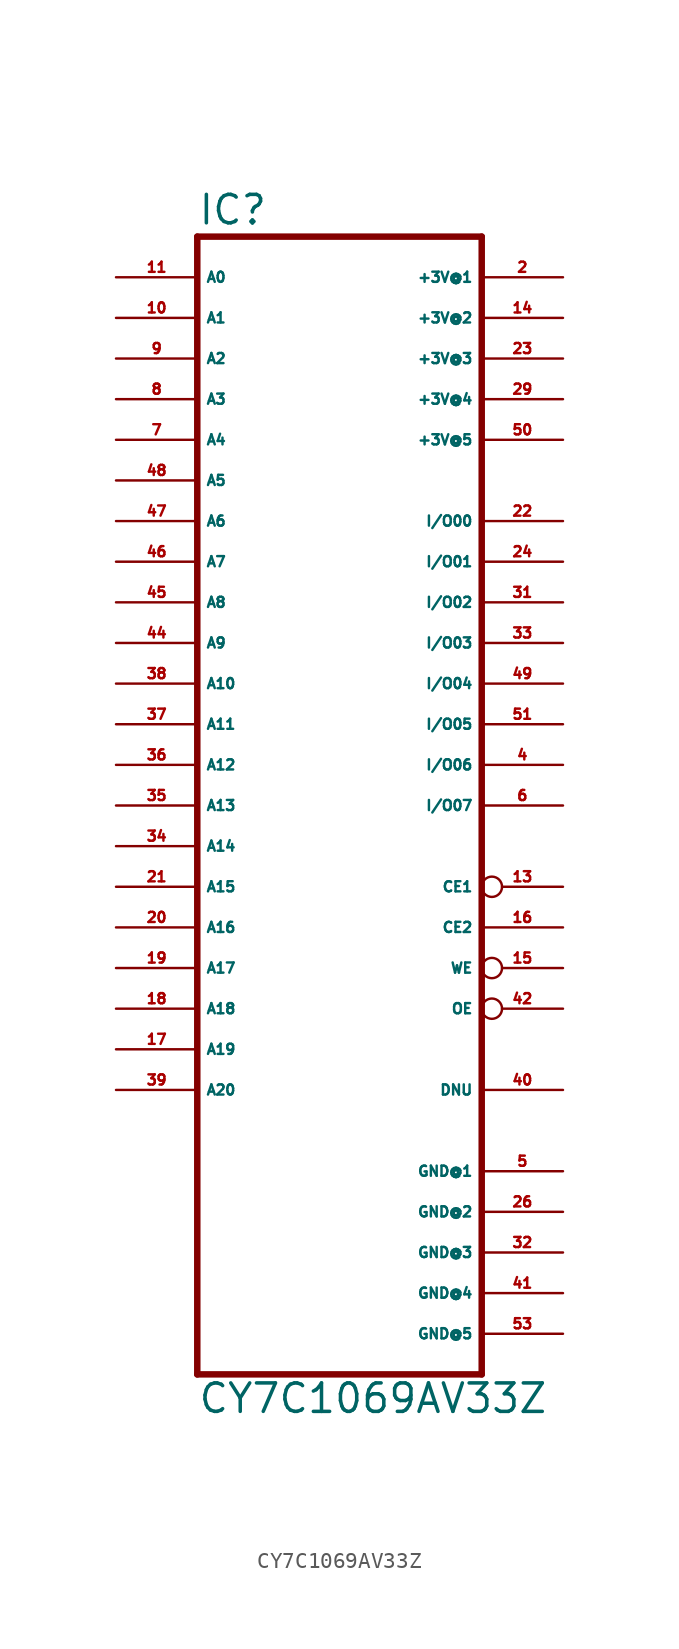
<source format=kicad_sym>
(kicad_symbol_lib
  (version 20220914)
  (generator Eagle2Kicad)
  (symbol "CY7C1069AV33Z"
    (property "Reference" "IC"
      (at -7.62 33.655 0)
      (effects (font (size 1.778 1.778) (thickness 0.22)) (justify left bottom)))
    (property "Value" "CY7C1069AV33Z"
      (at -7.62 -40.64 0)
      (effects (font (size 1.778 1.778) (thickness 0.22)) (justify left bottom)))
    (polyline
      (pts (xy -7.62 33.02) (xy -7.62 -38.1))
      (stroke (width 0.406) (type default))
      (fill (type none)))
    (polyline
      (pts (xy 10.16 -38.1) (xy -7.62 -38.1))
      (stroke (width 0.406) (type default))
      (fill (type none)))
    (polyline
      (pts (xy 10.16 -38.1) (xy 10.16 33.02))
      (stroke (width 0.406) (type default))
      (fill (type none)))
    (polyline
      (pts (xy -7.62 33.02) (xy 10.16 33.02))
      (stroke (width 0.406) (type default))
      (fill (type none)))
    (pin input line
      (at -12.7 30.48 0)
      (length 5.08)
      (name "A0" (effects (font (size 0.635 0.635) (thickness 0.08)) (justify left bottom)))
      (number "11" (effects (font (size 0.635 0.635) (thickness 0.08)) (justify left bottom))))
    (pin input line
      (at -12.7 27.94 0)
      (length 5.08)
      (name "A1" (effects (font (size 0.635 0.635) (thickness 0.08)) (justify left bottom)))
      (number "10" (effects (font (size 0.635 0.635) (thickness 0.08)) (justify left bottom))))
    (pin input line
      (at -12.7 25.4 0)
      (length 5.08)
      (name "A2" (effects (font (size 0.635 0.635) (thickness 0.08)) (justify left bottom)))
      (number "9" (effects (font (size 0.635 0.635) (thickness 0.08)) (justify left bottom))))
    (pin input line
      (at -12.7 22.86 0)
      (length 5.08)
      (name "A3" (effects (font (size 0.635 0.635) (thickness 0.08)) (justify left bottom)))
      (number "8" (effects (font (size 0.635 0.635) (thickness 0.08)) (justify left bottom))))
    (pin input line
      (at -12.7 20.32 0)
      (length 5.08)
      (name "A4" (effects (font (size 0.635 0.635) (thickness 0.08)) (justify left bottom)))
      (number "7" (effects (font (size 0.635 0.635) (thickness 0.08)) (justify left bottom))))
    (pin input line
      (at -12.7 17.78 0)
      (length 5.08)
      (name "A5" (effects (font (size 0.635 0.635) (thickness 0.08)) (justify left bottom)))
      (number "48" (effects (font (size 0.635 0.635) (thickness 0.08)) (justify left bottom))))
    (pin input line
      (at -12.7 15.24 0)
      (length 5.08)
      (name "A6" (effects (font (size 0.635 0.635) (thickness 0.08)) (justify left bottom)))
      (number "47" (effects (font (size 0.635 0.635) (thickness 0.08)) (justify left bottom))))
    (pin input line
      (at -12.7 12.7 0)
      (length 5.08)
      (name "A7" (effects (font (size 0.635 0.635) (thickness 0.08)) (justify left bottom)))
      (number "46" (effects (font (size 0.635 0.635) (thickness 0.08)) (justify left bottom))))
    (pin input line
      (at -12.7 10.16 0)
      (length 5.08)
      (name "A8" (effects (font (size 0.635 0.635) (thickness 0.08)) (justify left bottom)))
      (number "45" (effects (font (size 0.635 0.635) (thickness 0.08)) (justify left bottom))))
    (pin bidirectional line
      (at 15.24 15.24 180)
      (length 5.08)
      (name "I/O00" (effects (font (size 0.635 0.635) (thickness 0.08)) (justify left bottom)))
      (number "22" (effects (font (size 0.635 0.635) (thickness 0.08)) (justify left bottom))))
    (pin bidirectional line
      (at 15.24 12.7 180)
      (length 5.08)
      (name "I/O01" (effects (font (size 0.635 0.635) (thickness 0.08)) (justify left bottom)))
      (number "24" (effects (font (size 0.635 0.635) (thickness 0.08)) (justify left bottom))))
    (pin bidirectional line
      (at 15.24 10.16 180)
      (length 5.08)
      (name "I/O02" (effects (font (size 0.635 0.635) (thickness 0.08)) (justify left bottom)))
      (number "31" (effects (font (size 0.635 0.635) (thickness 0.08)) (justify left bottom))))
    (pin bidirectional line
      (at 15.24 7.62 180)
      (length 5.08)
      (name "I/O03" (effects (font (size 0.635 0.635) (thickness 0.08)) (justify left bottom)))
      (number "33" (effects (font (size 0.635 0.635) (thickness 0.08)) (justify left bottom))))
    (pin bidirectional line
      (at 15.24 5.08 180)
      (length 5.08)
      (name "I/O04" (effects (font (size 0.635 0.635) (thickness 0.08)) (justify left bottom)))
      (number "49" (effects (font (size 0.635 0.635) (thickness 0.08)) (justify left bottom))))
    (pin bidirectional line
      (at 15.24 2.54 180)
      (length 5.08)
      (name "I/O05" (effects (font (size 0.635 0.635) (thickness 0.08)) (justify left bottom)))
      (number "51" (effects (font (size 0.635 0.635) (thickness 0.08)) (justify left bottom))))
    (pin bidirectional line
      (at 15.24 0 180)
      (length 5.08)
      (name "I/O06" (effects (font (size 0.635 0.635) (thickness 0.08)) (justify left bottom)))
      (number "4" (effects (font (size 0.635 0.635) (thickness 0.08)) (justify left bottom))))
    (pin bidirectional line
      (at 15.24 -2.54 180)
      (length 5.08)
      (name "I/O07" (effects (font (size 0.635 0.635) (thickness 0.08)) (justify left bottom)))
      (number "6" (effects (font (size 0.635 0.635) (thickness 0.08)) (justify left bottom))))
    (pin input line
      (at -12.7 7.62 0)
      (length 5.08)
      (name "A9" (effects (font (size 0.635 0.635) (thickness 0.08)) (justify left bottom)))
      (number "44" (effects (font (size 0.635 0.635) (thickness 0.08)) (justify left bottom))))
    (pin input line
      (at -12.7 5.08 0)
      (length 5.08)
      (name "A10" (effects (font (size 0.635 0.635) (thickness 0.08)) (justify left bottom)))
      (number "38" (effects (font (size 0.635 0.635) (thickness 0.08)) (justify left bottom))))
    (pin input line
      (at -12.7 2.54 0)
      (length 5.08)
      (name "A11" (effects (font (size 0.635 0.635) (thickness 0.08)) (justify left bottom)))
      (number "37" (effects (font (size 0.635 0.635) (thickness 0.08)) (justify left bottom))))
    (pin input line
      (at -12.7 0 0)
      (length 5.08)
      (name "A12" (effects (font (size 0.635 0.635) (thickness 0.08)) (justify left bottom)))
      (number "36" (effects (font (size 0.635 0.635) (thickness 0.08)) (justify left bottom))))
    (pin input line
      (at -12.7 -2.54 0)
      (length 5.08)
      (name "A13" (effects (font (size 0.635 0.635) (thickness 0.08)) (justify left bottom)))
      (number "35" (effects (font (size 0.635 0.635) (thickness 0.08)) (justify left bottom))))
    (pin input line
      (at -12.7 -5.08 0)
      (length 5.08)
      (name "A14" (effects (font (size 0.635 0.635) (thickness 0.08)) (justify left bottom)))
      (number "34" (effects (font (size 0.635 0.635) (thickness 0.08)) (justify left bottom))))
    (pin input inverted
      (at 15.24 -12.7 180)
      (length 5.08)
      (name "WE" (effects (font (size 0.635 0.635) (thickness 0.08)) (justify left bottom)))
      (number "15" (effects (font (size 0.635 0.635) (thickness 0.08)) (justify left bottom))))
    (pin input inverted
      (at 15.24 -7.62 180)
      (length 5.08)
      (name "CE1" (effects (font (size 0.635 0.635) (thickness 0.08)) (justify left bottom)))
      (number "13" (effects (font (size 0.635 0.635) (thickness 0.08)) (justify left bottom))))
    (pin input inverted
      (at 15.24 -15.24 180)
      (length 5.08)
      (name "OE" (effects (font (size 0.635 0.635) (thickness 0.08)) (justify left bottom)))
      (number "42" (effects (font (size 0.635 0.635) (thickness 0.08)) (justify left bottom))))
    (pin input line
      (at -12.7 -7.62 0)
      (length 5.08)
      (name "A15" (effects (font (size 0.635 0.635) (thickness 0.08)) (justify left bottom)))
      (number "21" (effects (font (size 0.635 0.635) (thickness 0.08)) (justify left bottom))))
    (pin input line
      (at -12.7 -10.16 0)
      (length 5.08)
      (name "A16" (effects (font (size 0.635 0.635) (thickness 0.08)) (justify left bottom)))
      (number "20" (effects (font (size 0.635 0.635) (thickness 0.08)) (justify left bottom))))
    (pin unspecified line
      (at 15.24 30.48 180)
      (length 5.08)
      (name "+3V@1" (effects (font (size 0.635 0.635) (thickness 0.08)) (justify left bottom)))
      (number "2" (effects (font (size 0.635 0.635) (thickness 0.08)) (justify left bottom))))
    (pin unspecified line
      (at 15.24 -25.4 180)
      (length 5.08)
      (name "GND@1" (effects (font (size 0.635 0.635) (thickness 0.08)) (justify left bottom)))
      (number "5" (effects (font (size 0.635 0.635) (thickness 0.08)) (justify left bottom))))
    (pin unspecified line
      (at 15.24 27.94 180)
      (length 5.08)
      (name "+3V@2" (effects (font (size 0.635 0.635) (thickness 0.08)) (justify left bottom)))
      (number "14" (effects (font (size 0.635 0.635) (thickness 0.08)) (justify left bottom))))
    (pin unspecified line
      (at 15.24 -27.94 180)
      (length 5.08)
      (name "GND@2" (effects (font (size 0.635 0.635) (thickness 0.08)) (justify left bottom)))
      (number "26" (effects (font (size 0.635 0.635) (thickness 0.08)) (justify left bottom))))
    (pin input line
      (at -12.7 -12.7 0)
      (length 5.08)
      (name "A17" (effects (font (size 0.635 0.635) (thickness 0.08)) (justify left bottom)))
      (number "19" (effects (font (size 0.635 0.635) (thickness 0.08)) (justify left bottom))))
    (pin input line
      (at -12.7 -15.24 0)
      (length 5.08)
      (name "A18" (effects (font (size 0.635 0.635) (thickness 0.08)) (justify left bottom)))
      (number "18" (effects (font (size 0.635 0.635) (thickness 0.08)) (justify left bottom))))
    (pin input line
      (at -12.7 -17.78 0)
      (length 5.08)
      (name "A19" (effects (font (size 0.635 0.635) (thickness 0.08)) (justify left bottom)))
      (number "17" (effects (font (size 0.635 0.635) (thickness 0.08)) (justify left bottom))))
    (pin input line
      (at -12.7 -20.32 0)
      (length 5.08)
      (name "A20" (effects (font (size 0.635 0.635) (thickness 0.08)) (justify left bottom)))
      (number "39" (effects (font (size 0.635 0.635) (thickness 0.08)) (justify left bottom))))
    (pin input line
      (at 15.24 -10.16 180)
      (length 5.08)
      (name "CE2" (effects (font (size 0.635 0.635) (thickness 0.08)) (justify left bottom)))
      (number "16" (effects (font (size 0.635 0.635) (thickness 0.08)) (justify left bottom))))
    (pin unspecified line
      (at 15.24 -30.48 180)
      (length 5.08)
      (name "GND@3" (effects (font (size 0.635 0.635) (thickness 0.08)) (justify left bottom)))
      (number "32" (effects (font (size 0.635 0.635) (thickness 0.08)) (justify left bottom))))
    (pin unspecified line
      (at 15.24 -33.02 180)
      (length 5.08)
      (name "GND@4" (effects (font (size 0.635 0.635) (thickness 0.08)) (justify left bottom)))
      (number "41" (effects (font (size 0.635 0.635) (thickness 0.08)) (justify left bottom))))
    (pin unspecified line
      (at 15.24 25.4 180)
      (length 5.08)
      (name "+3V@3" (effects (font (size 0.635 0.635) (thickness 0.08)) (justify left bottom)))
      (number "23" (effects (font (size 0.635 0.635) (thickness 0.08)) (justify left bottom))))
    (pin unspecified line
      (at 15.24 22.86 180)
      (length 5.08)
      (name "+3V@4" (effects (font (size 0.635 0.635) (thickness 0.08)) (justify left bottom)))
      (number "29" (effects (font (size 0.635 0.635) (thickness 0.08)) (justify left bottom))))
    (pin unspecified line
      (at 15.24 20.32 180)
      (length 5.08)
      (name "+3V@5" (effects (font (size 0.635 0.635) (thickness 0.08)) (justify left bottom)))
      (number "50" (effects (font (size 0.635 0.635) (thickness 0.08)) (justify left bottom))))
    (pin unspecified line
      (at 15.24 -35.56 180)
      (length 5.08)
      (name "GND@5" (effects (font (size 0.635 0.635) (thickness 0.08)) (justify left bottom)))
      (number "53" (effects (font (size 0.635 0.635) (thickness 0.08)) (justify left bottom))))
    (pin passive line
      (at 15.24 -20.32 180)
      (length 5.08)
      (name "DNU" (effects (font (size 0.635 0.635) (thickness 0.08)) (justify left bottom)))
      (number "40" (effects (font (size 0.635 0.635) (thickness 0.08)) (justify left bottom))))))
</source>
